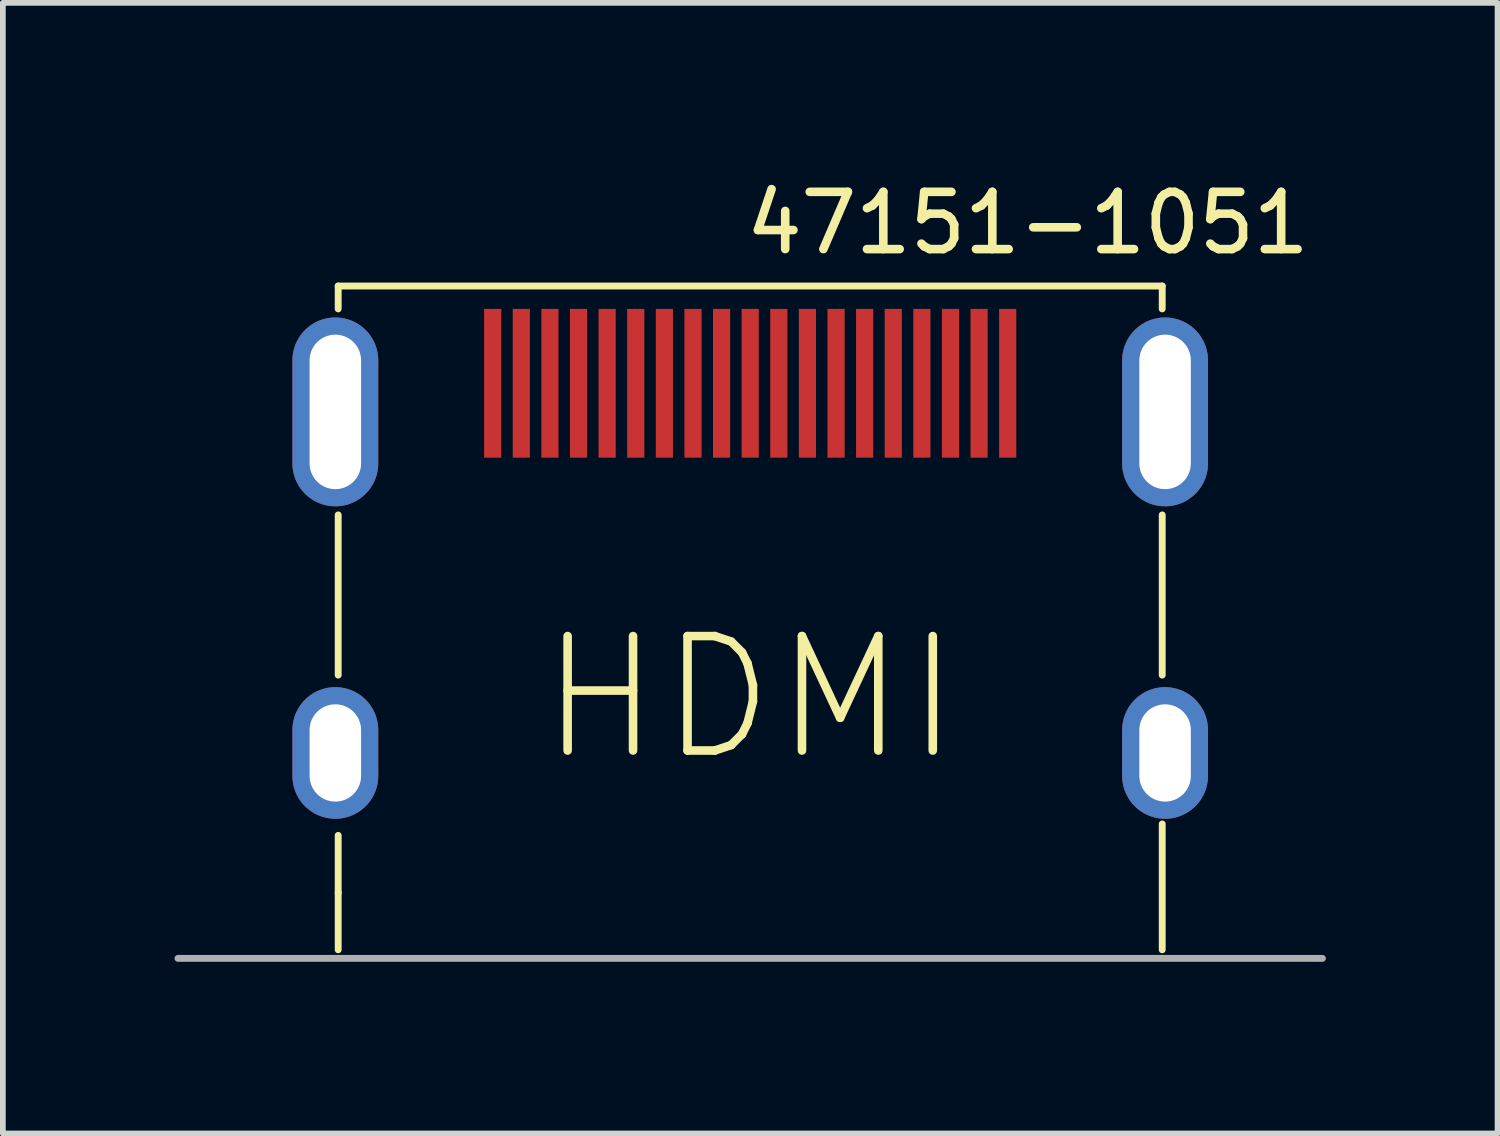
<source format=kicad_pcb>
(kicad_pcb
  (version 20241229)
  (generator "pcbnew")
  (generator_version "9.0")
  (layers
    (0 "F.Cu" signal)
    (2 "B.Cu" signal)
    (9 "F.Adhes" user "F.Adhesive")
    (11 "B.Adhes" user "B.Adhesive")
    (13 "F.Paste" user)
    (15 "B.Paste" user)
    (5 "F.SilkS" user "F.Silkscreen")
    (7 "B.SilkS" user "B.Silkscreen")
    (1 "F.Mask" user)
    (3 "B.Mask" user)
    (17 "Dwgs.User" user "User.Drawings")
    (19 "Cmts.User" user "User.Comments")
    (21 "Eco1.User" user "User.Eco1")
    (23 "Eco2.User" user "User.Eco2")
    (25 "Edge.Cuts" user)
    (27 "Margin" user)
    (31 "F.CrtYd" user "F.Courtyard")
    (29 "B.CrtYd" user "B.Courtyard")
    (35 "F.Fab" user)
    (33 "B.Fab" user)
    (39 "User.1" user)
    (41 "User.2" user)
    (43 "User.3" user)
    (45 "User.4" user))
  (footprint "47151-1051"
    (layer "F.Cu")
    (at 10.06 4.148)
    (property "Reference" "47151-1051" (at 4.85 -3.3 0) (layer "F.SilkS") (effects (font (size 1 1) (thickness 0.15))))
    (attr through_hole)
    (fp_line (start -7.2 -2.2) (end 7.2 -2.2) (stroke (width 0.12) (type solid)) (layer "F.SilkS"))
    (fp_line (start -7.2 -1.8) (end -7.2 -2.2) (stroke (width 0.12) (type solid)) (layer "F.SilkS"))
    (fp_line (start -7.2 4.6) (end -7.2 1.8) (stroke (width 0.12) (type solid)) (layer "F.SilkS"))
    (fp_line (start -7.2 8.4) (end -7.2 7.4) (stroke (width 0.12) (type solid)) (layer "F.SilkS"))
    (fp_line (start -7.2 8.4) (end -7.2 9.4) (stroke (width 0.12) (type solid)) (layer "F.SilkS"))
    (fp_line (start 7.2 -2.2) (end 7.2 -1.8) (stroke (width 0.12) (type solid)) (layer "F.SilkS"))
    (fp_line (start 7.2 4.6) (end 7.2 1.8) (stroke (width 0.12) (type solid)) (layer "F.SilkS"))
    (fp_line (start 7.2 7.2) (end 7.2 9.4) (stroke (width 0.12) (type solid)) (layer "F.SilkS"))
    (fp_line (start -10 9.55) (end 10 9.55) (stroke (width 0.12) (type solid)) (layer "F.Fab"))
    (fp_text user "HDMI" (at 0 5 0) (layer "F.SilkS") (effects (font (size 2 2) (thickness 0.15))))
    (pad "1" smd rect (at 4.5 -0.5) (size 0.3 2.6) (layers "F.Cu" "F.Mask" "F.Paste"))
    (pad "2" smd rect (at 4 -0.5) (size 0.3 2.6) (layers "F.Cu" "F.Mask" "F.Paste"))
    (pad "3" smd rect (at 3.5 -0.5) (size 0.3 2.6) (layers "F.Cu" "F.Mask" "F.Paste"))
    (pad "4" smd rect (at 3 -0.5) (size 0.3 2.6) (layers "F.Cu" "F.Mask" "F.Paste"))
    (pad "5" smd rect (at 2.5 -0.5) (size 0.3 2.6) (layers "F.Cu" "F.Mask" "F.Paste"))
    (pad "6" smd rect (at 2 -0.5) (size 0.3 2.6) (layers "F.Cu" "F.Mask" "F.Paste"))
    (pad "7" smd rect (at 1.5 -0.5) (size 0.3 2.6) (layers "F.Cu" "F.Mask" "F.Paste"))
    (pad "8" smd rect (at 1 -0.5) (size 0.3 2.6) (layers "F.Cu" "F.Mask" "F.Paste"))
    (pad "9" smd rect (at 0.5 -0.5) (size 0.3 2.6) (layers "F.Cu" "F.Mask" "F.Paste"))
    (pad "10" smd rect (at 0 -0.5) (size 0.3 2.6) (layers "F.Cu" "F.Mask" "F.Paste"))
    (pad "11" smd rect (at -0.5 -0.5) (size 0.3 2.6) (layers "F.Cu" "F.Mask" "F.Paste"))
    (pad "12" smd rect (at -1 -0.5) (size 0.3 2.6) (layers "F.Cu" "F.Mask" "F.Paste"))
    (pad "13" smd rect (at -1.5 -0.5) (size 0.3 2.6) (layers "F.Cu" "F.Mask" "F.Paste"))
    (pad "14" smd rect (at -2 -0.5) (size 0.3 2.6) (layers "F.Cu" "F.Mask" "F.Paste"))
    (pad "15" smd rect (at -2.5 -0.5) (size 0.3 2.6) (layers "F.Cu" "F.Mask" "F.Paste"))
    (pad "16" smd rect (at -3 -0.5) (size 0.3 2.6) (layers "F.Cu" "F.Mask" "F.Paste"))
    (pad "17" smd rect (at -3.5 -0.5) (size 0.3 2.6) (layers "F.Cu" "F.Mask" "F.Paste"))
    (pad "18" smd rect (at -4 -0.5) (size 0.3 2.6) (layers "F.Cu" "F.Mask" "F.Paste"))
    (pad "19" smd rect (at -4.5 -0.5) (size 0.3 2.6) (layers "F.Cu" "F.Mask" "F.Paste"))
    (pad "SH" thru_hole oval (at -7.25 0) (size 1.5 3.3) (drill oval 0.9 2.7) (layers "*.Cu" "*.Mask"))
    (pad "SH" thru_hole oval (at -7.25 5.96) (size 1.5 2.3) (drill oval 0.9 1.7) (layers "*.Cu" "*.Mask"))
    (pad "SH" thru_hole oval (at 7.25 0) (size 1.5 3.3) (drill oval 0.9 2.7) (layers "*.Cu" "*.Mask"))
    (pad "SH" thru_hole oval (at 7.25 5.96) (size 1.5 2.3) (drill oval 0.9 1.7) (layers "*.Cu" "*.Mask")))
  (gr_rect
    (start -3 -3)
    (end 23.12 16.758)
    (stroke (width 0.1) (type default))
    (fill no)
    (layer "Edge.Cuts")))
</source>
